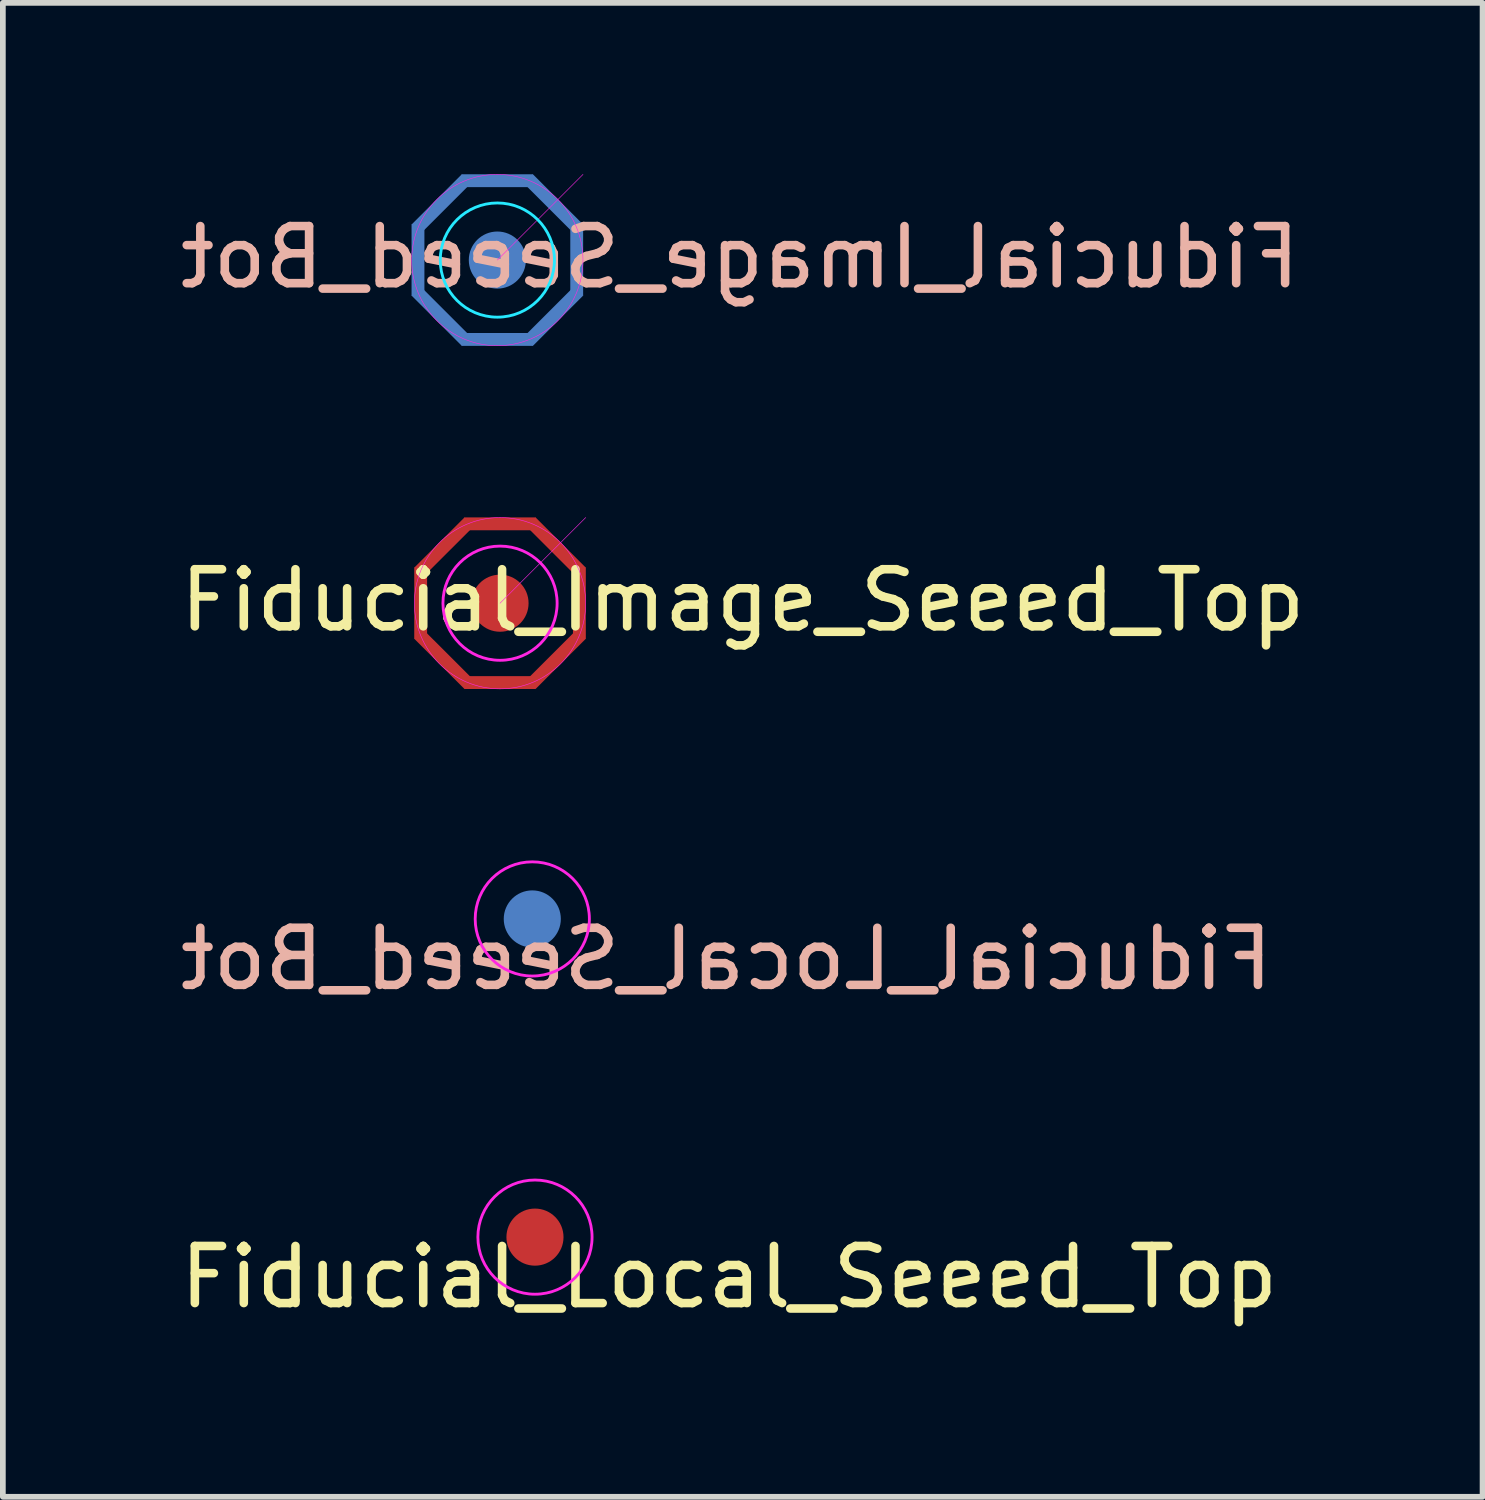
<source format=kicad_pcb>
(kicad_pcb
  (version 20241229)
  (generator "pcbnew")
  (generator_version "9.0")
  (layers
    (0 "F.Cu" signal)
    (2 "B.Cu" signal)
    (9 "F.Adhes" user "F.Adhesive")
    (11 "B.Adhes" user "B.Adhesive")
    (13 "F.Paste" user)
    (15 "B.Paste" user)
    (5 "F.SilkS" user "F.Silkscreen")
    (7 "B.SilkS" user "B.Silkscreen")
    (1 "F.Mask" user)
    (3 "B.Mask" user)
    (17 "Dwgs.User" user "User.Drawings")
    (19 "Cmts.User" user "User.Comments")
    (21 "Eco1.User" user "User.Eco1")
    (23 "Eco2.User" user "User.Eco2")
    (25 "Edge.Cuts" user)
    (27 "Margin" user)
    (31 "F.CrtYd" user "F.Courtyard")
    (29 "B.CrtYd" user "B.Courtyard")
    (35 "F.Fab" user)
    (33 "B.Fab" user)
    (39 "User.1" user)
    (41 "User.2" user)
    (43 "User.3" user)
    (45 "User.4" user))
  (footprint "Fiducial_Local_Seeed_Bot"
    (layer "F.Cu")
    (at 6.273 13.045)
    (property "Reference" "Fiducial_Local_Seeed_Bot" (at 3.4 0.7 0) (layer "B.SilkS") (effects (font (size 1 1) (thickness 0.15)) (justify mirror)))
    (attr exclude_from_pos_files exclude_from_bom)
    (fp_circle (center 0 0) (end 1 0) (stroke (width 0.05) (type solid)) (fill no) (layer "F.CrtYd"))
    (pad "~" smd circle (at 0 0) (size 1 1) (layers "B.Cu" "B.Mask")))
  (footprint "Fiducial_Image_Seeed_Top"
    (layer "F.Cu")
    (at 5.708 7.515)
    (property "Reference" "Fiducial_Image_Seeed_Top" (at 4.25 -0.05 0) (layer "F.SilkS") (effects (font (size 1 1) (thickness 0.15))))
    (attr exclude_from_pos_files exclude_from_bom)
    (fp_line (start 0 0) (end 1.5 -1.5) (stroke (width 0.01) (type solid)) (layer "F.CrtYd"))
    (fp_circle (center 0 0) (end 1 0) (stroke (width 0.05) (type solid)) (fill no) (layer "F.CrtYd"))
    (fp_circle (center 0 0) (end 1.5 0) (stroke (width 0.01) (type solid)) (fill no) (layer "F.CrtYd"))
    (pad "~" smd trapezoid (at -1.39 0 90) (size 1.19 0.225) (rect_delta 0 -0.06) (layers "F.Cu"))
    (pad "~" smd trapezoid (at -0.983 -0.983 45) (size 1.19 0.225) (rect_delta 0 -0.06) (layers "F.Cu"))
    (pad "~" smd trapezoid (at -0.983 0.983 135) (size 1.19 0.225) (rect_delta 0 -0.06) (layers "F.Cu"))
    (pad "~" smd trapezoid (at 0 -1.39) (size 1.19 0.225) (rect_delta 0 -0.06) (layers "F.Cu"))
    (pad "~" smd circle (at 0 0) (size 1 1) (layers "F.Cu" "F.Mask"))
    (pad "~" smd trapezoid (at 0 1.39 180) (size 1.19 0.225) (rect_delta 0 -0.06) (layers "F.Cu"))
    (pad "~" smd trapezoid (at 0.983 -0.983 315) (size 1.19 0.225) (rect_delta 0 -0.06) (layers "F.Cu"))
    (pad "~" smd trapezoid (at 0.983 0.983 225) (size 1.19 0.225) (rect_delta 0 -0.06) (layers "F.Cu"))
    (pad "~" smd trapezoid (at 1.39 0 270) (size 1.19 0.225) (rect_delta 0 -0.06) (layers "F.Cu")))
  (footprint "Fiducial_Local_Seeed_Top"
    (layer "F.Cu")
    (at 6.32 18.618)
    (property "Reference" "Fiducial_Local_Seeed_Top" (at 3.4 0.7 0) (layer "F.SilkS") (effects (font (size 1 1) (thickness 0.15))))
    (attr exclude_from_pos_files exclude_from_bom)
    (fp_circle (center 0 0) (end 1 0) (stroke (width 0.05) (type solid)) (fill no) (layer "F.CrtYd"))
    (pad "~" smd circle (at 0 0) (size 1 1) (layers "F.Cu" "F.Mask")))
  (footprint "Fiducial_Image_Seeed_Bot"
    (layer "F.Cu")
    (at 5.661 1.505)
    (property "Reference" "Fiducial_Image_Seeed_Bot" (at 4.25 -0.05 0) (layer "B.SilkS") (effects (font (size 1 1) (thickness 0.15)) (justify mirror)))
    (attr exclude_from_pos_files exclude_from_bom)
    (fp_circle (center 0 0) (end 1 0) (stroke (width 0.05) (type solid)) (fill no) (layer "B.CrtYd"))
    (fp_line (start 0 0) (end 1.5 -1.5) (stroke (width 0.01) (type solid)) (layer "F.CrtYd"))
    (fp_circle (center 0 0) (end 1.5 0) (stroke (width 0.01) (type solid)) (fill no) (layer "F.CrtYd"))
    (pad "~" smd trapezoid (at -1.39 0 90) (size 1.19 0.225) (rect_delta 0 -0.06) (layers "B.Cu"))
    (pad "~" smd trapezoid (at -0.983 -0.983 45) (size 1.19 0.225) (rect_delta 0 -0.06) (layers "B.Cu"))
    (pad "~" smd trapezoid (at -0.983 0.983 135) (size 1.19 0.225) (rect_delta 0 -0.06) (layers "B.Cu"))
    (pad "~" smd trapezoid (at 0 -1.39) (size 1.19 0.225) (rect_delta 0 -0.06) (layers "B.Cu"))
    (pad "~" smd circle (at 0 0) (size 1 1) (layers "F.Mask" "B.Cu"))
    (pad "~" smd trapezoid (at 0 1.39 180) (size 1.19 0.225) (rect_delta 0 -0.06) (layers "B.Cu"))
    (pad "~" smd trapezoid (at 0.983 -0.983 315) (size 1.19 0.225) (rect_delta 0 -0.06) (layers "B.Cu"))
    (pad "~" smd trapezoid (at 0.983 0.983 225) (size 1.19 0.225) (rect_delta 0 -0.06) (layers "B.Cu"))
    (pad "~" smd trapezoid (at 1.39 0 270) (size 1.19 0.225) (rect_delta 0 -0.06) (layers "B.Cu")))
  (gr_rect
    (start -3 -3)
    (end 22.917 23.166)
    (stroke (width 0.1) (type default))
    (fill no)
    (layer "Edge.Cuts")))
</source>
